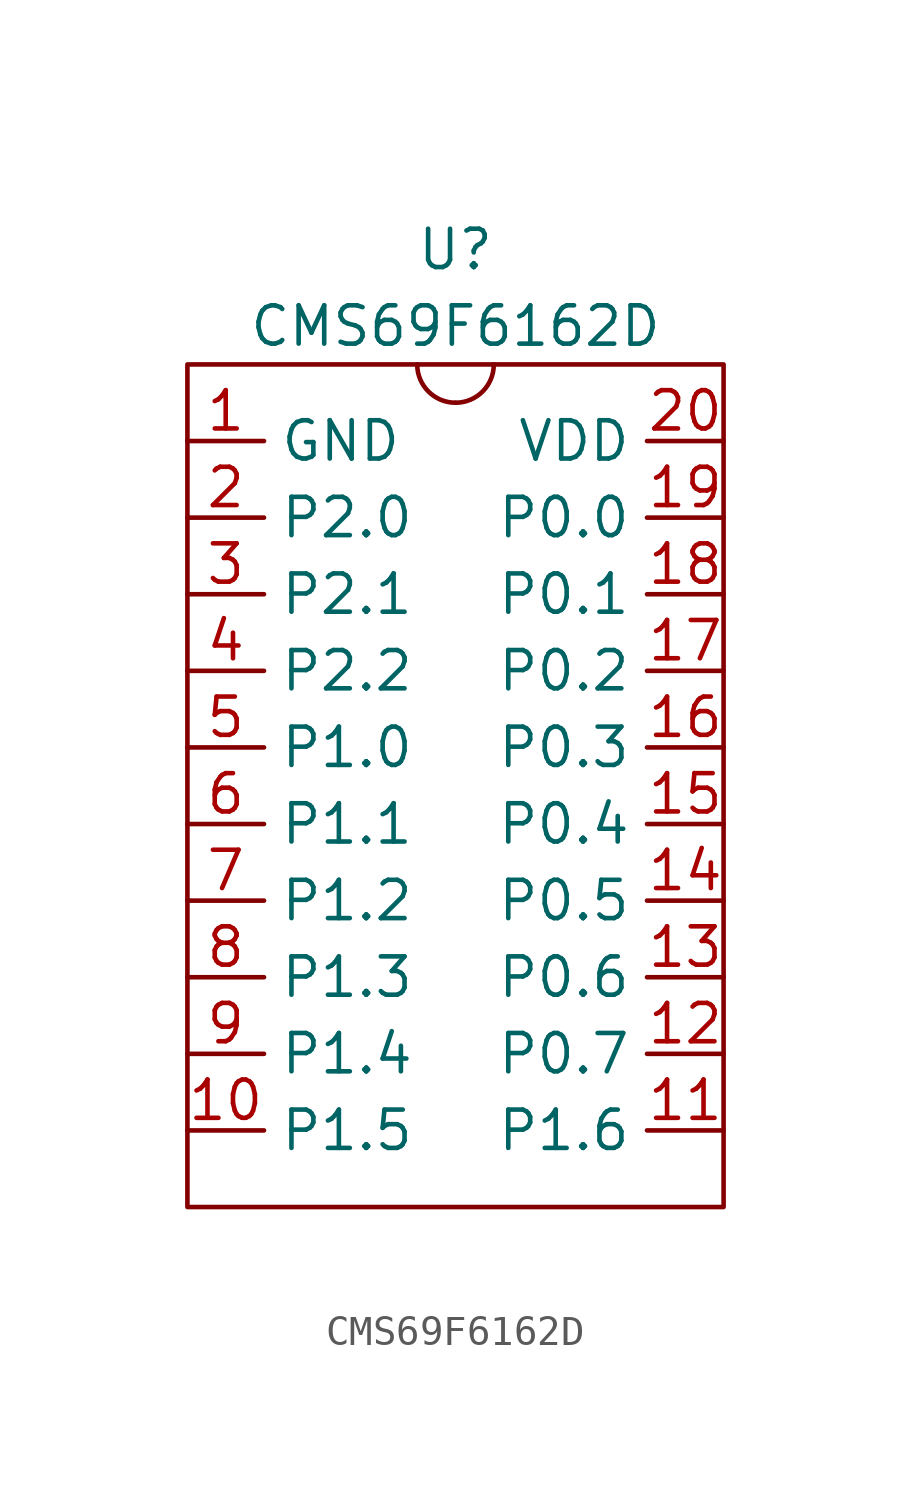
<source format=kicad_sym>
(kicad_symbol_lib
  (version 20211014)
  (generator kicad_symbol_editor)
  (symbol "CMS69F6162D"
    (property "Reference" "U"
      (at 0 13.97 0)
      (effects (font (size 1.27 1.27))))
    (property "Value" "CMS69F6162D"
      (at 0 11.43 0)
      (effects (font (size 1.27 1.27))))
    (symbol "CMS69F6162D_0_1"
      (rectangle (start -8.89 10.16) (end 8.89 -17.78) (stroke (width 0) (type default) (color 0 0 0 0)) (fill (type none)))
      (arc (start -1.27 10.16) (mid -0.898 9.262) (end 0 8.89) (stroke (width 0) (type default) (color 0 0 0 0)) (fill (type none)))
      (arc (start 0 8.89) (mid 0.898 9.262) (end 1.27 10.16) (stroke (width 0) (type default) (color 0 0 0 0)) (fill (type none))))
    (symbol "CMS69F6162D_1_1"
      (pin passive line (at -8.89 7.62 0) (length 2.54) (name "GND" (effects (font (size 1.27 1.27)))) (number "1" (effects (font (size 1.27 1.27)))))
      (pin bidirectional line (at -8.89 -15.24 0) (length 2.54) (name "P1.5" (effects (font (size 1.27 1.27)))) (number "10" (effects (font (size 1.27 1.27)))) (alternate "AN9" input line) (alternate "CAP" input line))
      (pin bidirectional line (at 8.89 -15.24 180) (length 2.54) (name "P1.6" (effects (font (size 1.27 1.27)))) (number "11" (effects (font (size 1.27 1.27)))) (alternate "AN8" input line) (alternate "CLO" output line) (alternate "KEY13" input line))
      (pin bidirectional line (at 8.89 -12.7 180) (length 2.54) (name "P0.7" (effects (font (size 1.27 1.27)))) (number "12" (effects (font (size 1.27 1.27)))) (alternate "AN7" input line) (alternate "KEY7" input line) (alternate "PWM1" output line))
      (pin bidirectional line (at 8.89 -10.16 180) (length 2.54) (name "P0.6" (effects (font (size 1.27 1.27)))) (number "13" (effects (font (size 1.27 1.27)))) (alternate "AN6" input line) (alternate "KEY6" input line) (alternate "PWM0" output line))
      (pin bidirectional line (at 8.89 -7.62 180) (length 2.54) (name "P0.5" (effects (font (size 1.27 1.27)))) (number "14" (effects (font (size 1.27 1.27)))) (alternate "AN5" input line) (alternate "KEY5" input line) (alternate "OPAO" output line))
      (pin bidirectional line (at 8.89 -5.08 180) (length 2.54) (name "P0.4" (effects (font (size 1.27 1.27)))) (number "15" (effects (font (size 1.27 1.27)))) (alternate "AN4" input line) (alternate "KEY4" input line) (alternate "OPA-" input line))
      (pin bidirectional line (at 8.89 -2.54 180) (length 2.54) (name "P0.3" (effects (font (size 1.27 1.27)))) (number "16" (effects (font (size 1.27 1.27)))) (alternate "AN3" input line) (alternate "KEY3" input line) (alternate "OPA+" input line))
      (pin bidirectional line (at 8.89 0 180) (length 2.54) (name "P0.2" (effects (font (size 1.27 1.27)))) (number "17" (effects (font (size 1.27 1.27)))) (alternate "AN2" input line) (alternate "KEY2" input line) (alternate "RTCC" output line))
      (pin bidirectional line (at 8.89 2.54 180) (length 2.54) (name "P0.1" (effects (font (size 1.27 1.27)))) (number "18" (effects (font (size 1.27 1.27)))) (alternate "AN1" input line) (alternate "COMP0+" input line) (alternate "EXT1" input line) (alternate "KEY1" input line))
      (pin bidirectional line (at 8.89 5.08 180) (length 2.54) (name "P0.0" (effects (font (size 1.27 1.27)))) (number "19" (effects (font (size 1.27 1.27)))) (alternate "AN0" input line) (alternate "COMP0-" input line) (alternate "EXT0" input line) (alternate "KEY0" input line))
      (pin bidirectional line (at -8.89 5.08 0) (length 2.54) (name "P2.0" (effects (font (size 1.27 1.27)))) (number "2" (effects (font (size 1.27 1.27)))) (alternate "ICSPDAT" bidirectional line) (alternate "KEY14" input line))
      (pin power_in line (at 8.89 7.62 180) (length 2.54) (name "VDD" (effects (font (size 1.27 1.27)))) (number "20" (effects (font (size 1.27 1.27)))))
      (pin bidirectional line (at -8.89 2.54 0) (length 2.54) (name "P2.1" (effects (font (size 1.27 1.27)))) (number "3" (effects (font (size 1.27 1.27)))) (alternate "ICSPCLK" input line) (alternate "KEY15" input line))
      (pin bidirectional line (at -8.89 0 0) (length 2.54) (name "P2.2" (effects (font (size 1.27 1.27)))) (number "4" (effects (font (size 1.27 1.27)))) (alternate "VPP" power_in line) (alternate "VRES" passive line))
      (pin bidirectional line (at -8.89 -2.54 0) (length 2.54) (name "P1.0" (effects (font (size 1.27 1.27)))) (number "5" (effects (font (size 1.27 1.27)))) (alternate "COMP1-" input line) (alternate "KEY8" input line) (alternate "T2OUT" output line))
      (pin bidirectional line (at -8.89 -5.08 0) (length 2.54) (name "P1.1" (effects (font (size 1.27 1.27)))) (number "6" (effects (font (size 1.27 1.27)))) (alternate "COMP1+" input line) (alternate "ICE" unspecified line) (alternate "KEY9" input line))
      (pin bidirectional line (at -8.89 -7.62 0) (length 2.54) (name "P1.2" (effects (font (size 1.27 1.27)))) (number "7" (effects (font (size 1.27 1.27)))) (alternate "KEY10" input line))
      (pin bidirectional line (at -8.89 -10.16 0) (length 2.54) (name "P1.3" (effects (font (size 1.27 1.27)))) (number "8" (effects (font (size 1.27 1.27)))) (alternate "AN12" input line) (alternate "KEY11" input line))
      (pin bidirectional line (at -8.89 -12.7 0) (length 2.54) (name "P1.4" (effects (font (size 1.27 1.27)))) (number "9" (effects (font (size 1.27 1.27)))) (alternate "AN10" input line) (alternate "KEY12" input line)))))
</source>
